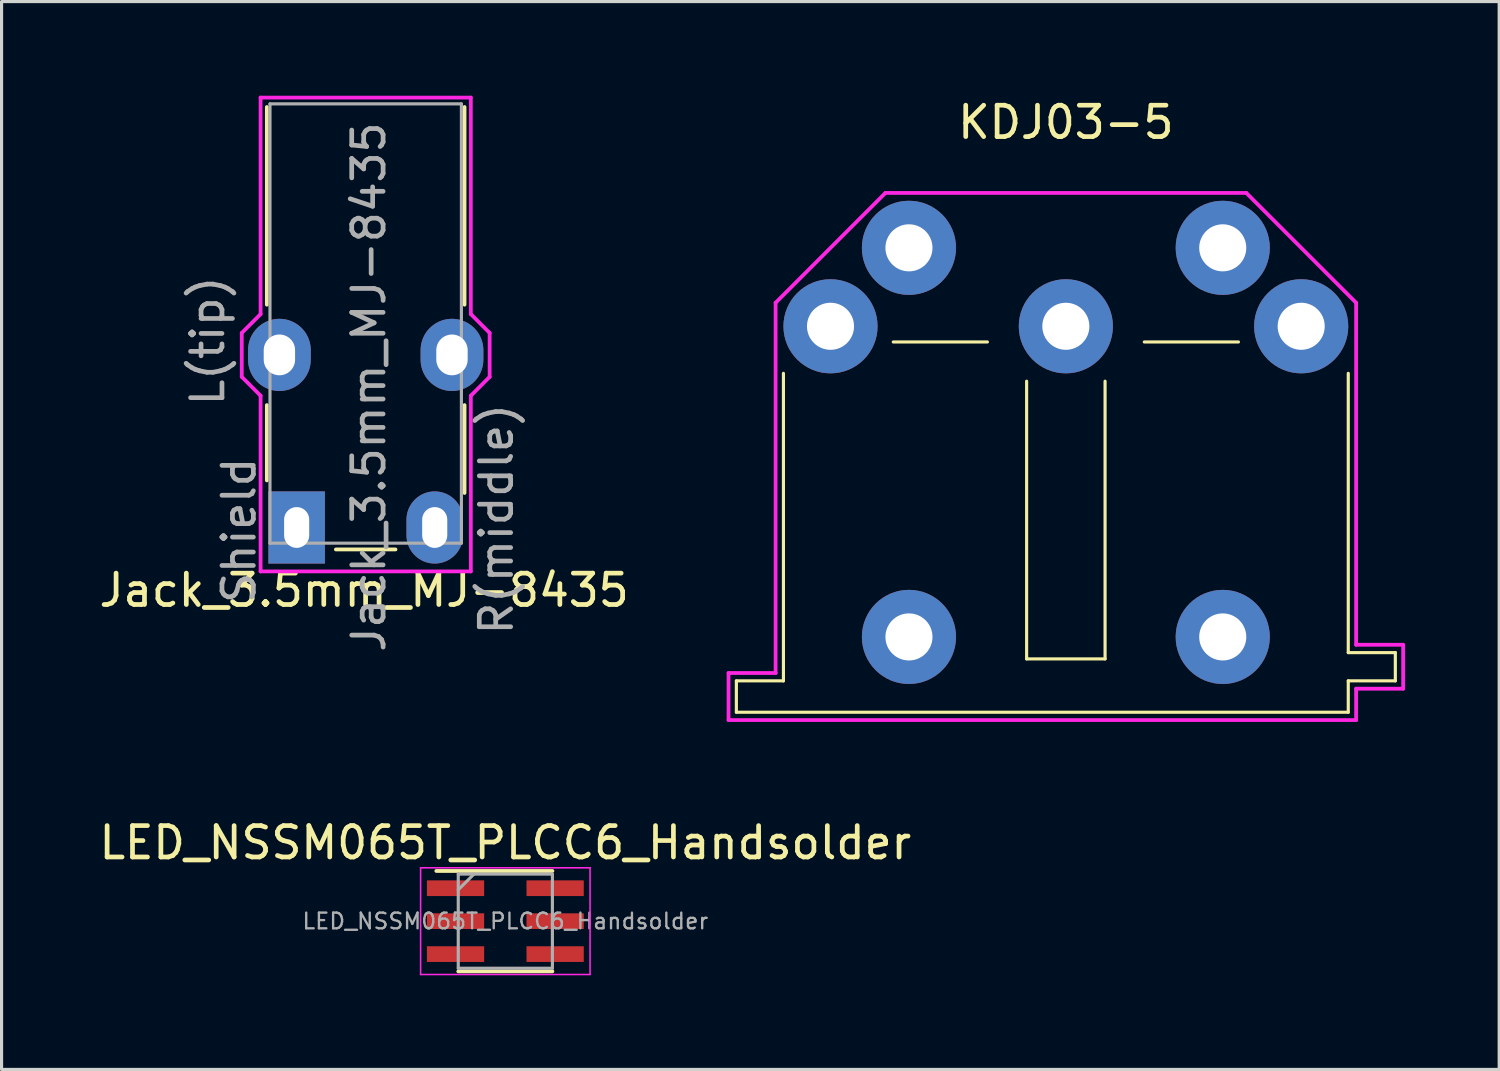
<source format=kicad_pcb>
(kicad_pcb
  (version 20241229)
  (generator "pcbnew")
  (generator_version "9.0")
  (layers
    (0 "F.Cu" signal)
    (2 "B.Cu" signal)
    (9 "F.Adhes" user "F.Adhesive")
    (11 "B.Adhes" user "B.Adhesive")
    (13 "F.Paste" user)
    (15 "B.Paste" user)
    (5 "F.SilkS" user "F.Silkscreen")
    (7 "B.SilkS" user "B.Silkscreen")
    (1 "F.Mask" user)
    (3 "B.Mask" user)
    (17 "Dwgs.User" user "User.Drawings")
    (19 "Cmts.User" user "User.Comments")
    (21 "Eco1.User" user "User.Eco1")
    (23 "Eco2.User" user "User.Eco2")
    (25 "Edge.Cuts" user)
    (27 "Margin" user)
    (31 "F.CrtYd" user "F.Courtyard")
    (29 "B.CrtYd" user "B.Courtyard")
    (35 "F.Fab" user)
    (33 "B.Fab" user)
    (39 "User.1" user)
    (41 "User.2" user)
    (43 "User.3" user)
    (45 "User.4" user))
  (footprint "KDJ03-5"
    (layer "F.Cu")
    (at 30.917 7.348)
    (property "Reference" "KDJ03-5" (at 0 -6.5 0) (unlocked yes) (layer "F.SilkS") (effects (font (size 1 1) (thickness 0.15))))
    (attr through_hole)
    (fp_line (start -10.5 11.3) (end -9 11.3) (stroke (width 0.1) (type solid)) (layer "F.SilkS"))
    (fp_line (start -10.5 12.3) (end -10.5 11.3) (stroke (width 0.1) (type solid)) (layer "F.SilkS"))
    (fp_line (start -9 11.3) (end -9 1.5) (stroke (width 0.1) (type solid)) (layer "F.SilkS"))
    (fp_line (start -5.5 0.5) (end -2.5 0.5) (stroke (width 0.1) (type solid)) (layer "F.SilkS"))
    (fp_line (start -1.25 10.6) (end -1.25 1.75) (stroke (width 0.1) (type solid)) (layer "F.SilkS"))
    (fp_line (start -1.25 10.6) (end 1.25 10.6) (stroke (width 0.1) (type solid)) (layer "F.SilkS"))
    (fp_line (start 1.25 1.75) (end 1.25 10.6) (stroke (width 0.1) (type solid)) (layer "F.SilkS"))
    (fp_line (start 2.5 0.5) (end 5.5 0.5) (stroke (width 0.1) (type solid)) (layer "F.SilkS"))
    (fp_line (start 9 1.5) (end 9 10.4) (stroke (width 0.1) (type solid)) (layer "F.SilkS"))
    (fp_line (start 9 10.4) (end 10.5 10.4) (stroke (width 0.1) (type solid)) (layer "F.SilkS"))
    (fp_line (start 9 11.3) (end 9 12.3) (stroke (width 0.1) (type solid)) (layer "F.SilkS"))
    (fp_line (start 9 12.3) (end -10.5 12.3) (stroke (width 0.1) (type solid)) (layer "F.SilkS"))
    (fp_line (start 10.5 10.4) (end 10.5 11.3) (stroke (width 0.1) (type solid)) (layer "F.SilkS"))
    (fp_line (start 10.5 11.3) (end 9 11.3) (stroke (width 0.1) (type solid)) (layer "F.SilkS"))
    (fp_line (start -10.75 11.05) (end -10.75 12.55) (stroke (width 0.12) (type solid)) (layer "F.CrtYd"))
    (fp_line (start -10.75 12.55) (end 9.25 12.55) (stroke (width 0.12) (type solid)) (layer "F.CrtYd"))
    (fp_line (start -9.25 -0.75) (end -9.25 11.05) (stroke (width 0.12) (type solid)) (layer "F.CrtYd"))
    (fp_line (start -9.25 11.05) (end -10.75 11.05) (stroke (width 0.12) (type solid)) (layer "F.CrtYd"))
    (fp_line (start -5.75 -4.25) (end -9.25 -0.75) (stroke (width 0.12) (type solid)) (layer "F.CrtYd"))
    (fp_line (start 5.75 -4.25) (end -5.75 -4.25) (stroke (width 0.12) (type solid)) (layer "F.CrtYd"))
    (fp_line (start 9.25 -0.75) (end 5.75 -4.25) (stroke (width 0.12) (type solid)) (layer "F.CrtYd"))
    (fp_line (start 9.25 10.15) (end 9.25 -0.75) (stroke (width 0.12) (type solid)) (layer "F.CrtYd"))
    (fp_line (start 9.25 11.55) (end 10.75 11.55) (stroke (width 0.12) (type solid)) (layer "F.CrtYd"))
    (fp_line (start 9.25 12.55) (end 9.25 11.55) (stroke (width 0.12) (type solid)) (layer "F.CrtYd"))
    (fp_line (start 10.75 10.15) (end 9.25 10.15) (stroke (width 0.12) (type solid)) (layer "F.CrtYd"))
    (fp_line (start 10.75 11.55) (end 10.75 10.15) (stroke (width 0.12) (type solid)) (layer "F.CrtYd"))
    (pad "1" thru_hole circle (at 7.5 0 180) (size 3 3) (drill 1.5) (layers "*.Cu" "*.Mask"))
    (pad "2" thru_hole circle (at 0 0 180) (size 3 3) (drill 1.5) (layers "*.Cu" "*.Mask"))
    (pad "3" thru_hole circle (at -7.5 0 180) (size 3 3) (drill 1.5) (layers "*.Cu" "*.Mask"))
    (pad "4" thru_hole circle (at 5 -2.5 180) (size 3 3) (drill 1.5) (layers "*.Cu" "*.Mask"))
    (pad "5" thru_hole circle (at -5 -2.5 180) (size 3 3) (drill 1.5) (layers "*.Cu" "*.Mask"))
    (pad "6" thru_hole circle (at -5 9.9 180) (size 3 3) (drill 1.5) (layers "*.Cu" "*.Mask"))
    (pad "6" thru_hole circle (at 5 9.9 180) (size 3 3) (drill 1.5) (layers "*.Cu" "*.Mask")))
  (footprint "Jack_3.5mm_MJ-8435"
    (layer "F.Cu")
    (at 5.854 8.26)
    (property "Reference" "Jack_3.5mm_MJ-8435" (at 2.7 7.5 0) (unlocked yes) (layer "F.SilkS") (effects (font (size 1 1) (thickness 0.15))))
    (attr through_hole)
    (fp_line (start -0.4 -7.9) (end -0.4 -1.6) (stroke (width 0.12) (type solid)) (layer "F.SilkS"))
    (fp_line (start -0.4 1.6) (end -0.4 4) (stroke (width 0.12) (type solid)) (layer "F.SilkS"))
    (fp_line (start 1.8 6.2) (end 3.7 6.2) (stroke (width 0.12) (type solid)) (layer "F.SilkS"))
    (fp_line (start 5.9 -7.9) (end 5.9 -1.6) (stroke (width 0.12) (type solid)) (layer "F.SilkS"))
    (fp_line (start 5.9 1.6) (end 5.9 4.4) (stroke (width 0.12) (type solid)) (layer "F.SilkS"))
    (fp_line (start -1.2 -0.7) (end -1.2 0.7) (stroke (width 0.12) (type default)) (layer "F.CrtYd"))
    (fp_line (start -1.2 0.7) (end -0.6 1.3) (stroke (width 0.12) (type default)) (layer "F.CrtYd"))
    (fp_line (start -0.6 -8.2) (end -0.6 -1.3) (stroke (width 0.12) (type default)) (layer "F.CrtYd"))
    (fp_line (start -0.6 -8.2) (end 6.1 -8.2) (stroke (width 0.12) (type default)) (layer "F.CrtYd"))
    (fp_line (start -0.6 -1.3) (end -1.2 -0.7) (stroke (width 0.12) (type default)) (layer "F.CrtYd"))
    (fp_line (start -0.6 1.3) (end -0.6 6.9) (stroke (width 0.12) (type default)) (layer "F.CrtYd"))
    (fp_line (start -0.6 6.9) (end 6.1 6.9) (stroke (width 0.12) (type default)) (layer "F.CrtYd"))
    (fp_line (start 6.1 -8.2) (end 6.1 -1.3) (stroke (width 0.12) (type default)) (layer "F.CrtYd"))
    (fp_line (start 6.1 -1.3) (end 6.7 -0.7) (stroke (width 0.12) (type default)) (layer "F.CrtYd"))
    (fp_line (start 6.1 1.3) (end 6.1 6.9) (stroke (width 0.12) (type default)) (layer "F.CrtYd"))
    (fp_line (start 6.7 -0.7) (end 6.7 0.7) (stroke (width 0.12) (type default)) (layer "F.CrtYd"))
    (fp_line (start 6.7 0.7) (end 6.1 1.3) (stroke (width 0.12) (type default)) (layer "F.CrtYd"))
    (fp_line (start -0.3 -8) (end 5.8 -8) (stroke (width 0.1) (type solid)) (layer "F.Fab"))
    (fp_line (start -0.3 6) (end -0.3 -8) (stroke (width 0.1) (type solid)) (layer "F.Fab"))
    (fp_line (start -0.3 6) (end 5.8 6) (stroke (width 0.1) (type solid)) (layer "F.Fab"))
    (fp_line (start 5.8 -8) (end 5.8 6) (stroke (width 0.1) (type solid)) (layer "F.Fab"))
    (fp_text user "${REFERENCE}" (at 2.85 1.025 90) (unlocked yes) (layer "F.Fab") (effects (font (size 1 1) (thickness 0.15))))
    (fp_text user "Shield" (at -0.7 8 90) (unlocked yes) (layer "F.Fab") (effects (font (size 1 1) (thickness 0.15)) (justify left bottom)))
    (fp_text user "L(tip)" (at -1.7 1.7 90) (unlocked yes) (layer "F.Fab") (effects (font (size 1 1) (thickness 0.15)) (justify left bottom)))
    (fp_text user "R(middle)" (at 7.5 9 90) (unlocked yes) (layer "F.Fab") (effects (font (size 1 1) (thickness 0.15)) (justify left bottom)))
    (pad "R" thru_hole oval (at 4.95 5.5) (size 1.8 2.3) (drill oval 0.8 1.3) (layers "*.Cu" "*.Mask"))
    (pad "S" thru_hole rect (at 0.55 5.5) (size 1.8 2.3) (drill oval 0.8 1.3) (layers "*.Cu" "*.Mask"))
    (pad "T" thru_hole oval (at 0 0) (size 2 2.3) (drill oval 1 1.3) (layers "*.Cu" "*.Mask"))
    (pad "T" thru_hole oval (at 5.5 0) (size 2 2.3) (drill oval 1 1.3) (layers "*.Cu" "*.Mask")))
  (footprint "LED_NSSM065T_PLCC6_Handsolder"
    (layer "F.Cu")
    (at 13.054 26.306)
    (property "Reference" "LED_NSSM065T_PLCC6_Handsolder" (at 0 -2.5 0) (layer "F.SilkS") (effects (font (size 1 1) (thickness 0.15))))
    (attr smd)
    (fp_line (start -2.2 -1.6) (end 1.5 -1.6) (stroke (width 0.12) (type solid)) (layer "F.SilkS"))
    (fp_line (start -1.5 1.6) (end 1.5 1.6) (stroke (width 0.12) (type solid)) (layer "F.SilkS"))
    (fp_line (start -2.7 -1.7) (end -2.7 1.7) (stroke (width 0.05) (type solid)) (layer "F.CrtYd"))
    (fp_line (start -2.7 -1.7) (end 2.7 -1.7) (stroke (width 0.05) (type solid)) (layer "F.CrtYd"))
    (fp_line (start -2.7 1.7) (end 2.7 1.7) (stroke (width 0.05) (type solid)) (layer "F.CrtYd"))
    (fp_line (start 2.7 -1.7) (end 2.7 1.7) (stroke (width 0.05) (type solid)) (layer "F.CrtYd"))
    (fp_line (start -1.5 -1.5) (end -1.5 1.5) (stroke (width 0.1) (type solid)) (layer "F.Fab"))
    (fp_line (start -1.5 -1.5) (end 1.5 -1.5) (stroke (width 0.1) (type solid)) (layer "F.Fab"))
    (fp_line (start -1.5 -1) (end -1 -1.5) (stroke (width 0.1) (type solid)) (layer "F.Fab"))
    (fp_line (start -1.5 1.5) (end 1.5 1.5) (stroke (width 0.1) (type solid)) (layer "F.Fab"))
    (fp_line (start 1.5 -1.5) (end 1.5 1.5) (stroke (width 0.1) (type solid)) (layer "F.Fab"))
    (fp_text user "${REFERENCE}" (at 0 0 0) (layer "F.Fab") (effects (font (size 0.5 0.5) (thickness 0.075))))
    (pad "1" smd rect (at -1.587 -1.05) (size 1.825 0.5) (layers "F.Cu" "F.Mask" "F.Paste"))
    (pad "2" smd rect (at -1.587 0) (size 1.825 0.5) (layers "F.Cu" "F.Mask" "F.Paste"))
    (pad "3" smd rect (at -1.587 1.05) (size 1.825 0.5) (layers "F.Cu" "F.Mask" "F.Paste"))
    (pad "4" smd rect (at 1.587 1.05) (size 1.825 0.5) (layers "F.Cu" "F.Mask" "F.Paste"))
    (pad "5" smd rect (at 1.587 0) (size 1.825 0.5) (layers "F.Cu" "F.Mask" "F.Paste"))
    (pad "6" smd rect (at 1.587 -1.05) (size 1.825 0.5) (layers "F.Cu" "F.Mask" "F.Paste")))
  (gr_rect
    (start -3 -3)
    (end 44.727 31.032)
    (stroke (width 0.1) (type default))
    (fill no)
    (layer "Edge.Cuts")))
</source>
